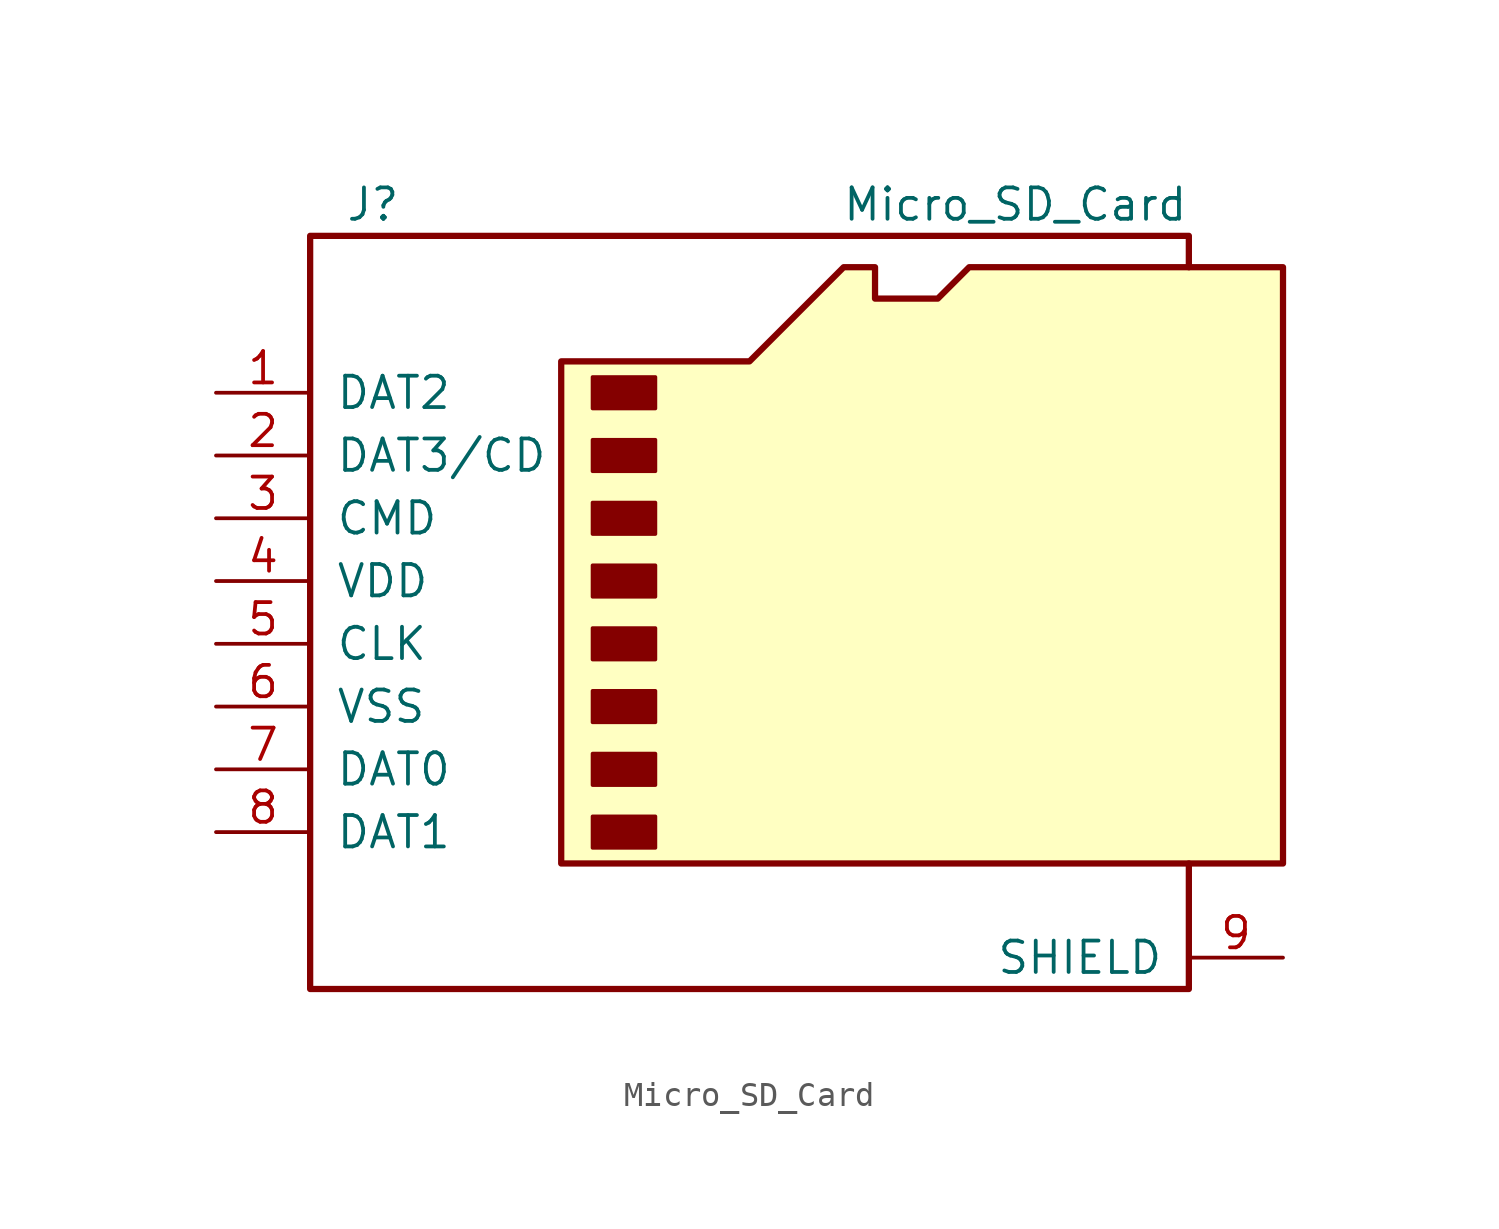
<source format=kicad_sym>
(kicad_symbol_lib
  (version 20211014)
  (generator kicad_symbol_editor)
  (symbol "Micro_SD_Card"
    (pin_names
      (offset 1.016))
    (property "Reference" "J"
      (at -16.51 15.24 0)
      (effects (font (size 1.27 1.27))))
    (property "Value" "Micro_SD_Card"
      (at 16.51 15.24 0)
      (effects (font (size 1.27 1.27)) (justify right)))
    (symbol "Micro_SD_Card_0_1"
      (rectangle (start -7.62 -9.525) (end -5.08 -10.795) (stroke (width 0) (type default) (color 0 0 0 0)) (fill (type outline)))
      (rectangle (start -7.62 -6.985) (end -5.08 -8.255) (stroke (width 0) (type default) (color 0 0 0 0)) (fill (type outline)))
      (rectangle (start -7.62 -4.445) (end -5.08 -5.715) (stroke (width 0) (type default) (color 0 0 0 0)) (fill (type outline)))
      (rectangle (start -7.62 -1.905) (end -5.08 -3.175) (stroke (width 0) (type default) (color 0 0 0 0)) (fill (type outline)))
      (rectangle (start -7.62 0.635) (end -5.08 -0.635) (stroke (width 0) (type default) (color 0 0 0 0)) (fill (type outline)))
      (rectangle (start -7.62 3.175) (end -5.08 1.905) (stroke (width 0) (type default) (color 0 0 0 0)) (fill (type outline)))
      (rectangle (start -7.62 5.715) (end -5.08 4.445) (stroke (width 0) (type default) (color 0 0 0 0)) (fill (type outline)))
      (rectangle (start -7.62 8.255) (end -5.08 6.985) (stroke (width 0) (type default) (color 0 0 0 0)) (fill (type outline)))
      (polyline (pts (xy 16.51 12.7) (xy 16.51 13.97) (xy -19.05 13.97) (xy -19.05 -16.51) (xy 16.51 -16.51) (xy 16.51 -11.43)) (stroke (width 0.254) (type default) (color 0 0 0 0)) (fill (type none)))
      (polyline (pts (xy -8.89 -11.43) (xy -8.89 8.89) (xy -1.27 8.89) (xy 2.54 12.7) (xy 3.81 12.7) (xy 3.81 11.43) (xy 6.35 11.43) (xy 7.62 12.7) (xy 20.32 12.7) (xy 20.32 -11.43) (xy -8.89 -11.43)) (stroke (width 0.254) (type default) (color 0 0 0 0)) (fill (type background))))
    (symbol "Micro_SD_Card_1_1"
      (pin bidirectional line (at -22.86 7.62 0) (length 3.81) (name "DAT2" (effects (font (size 1.27 1.27)))) (number "1" (effects (font (size 1.27 1.27)))))
      (pin no_connect line (at -21.59 -12.7 0) (length 2.54) hide (name "NC" (effects (font (size 1.27 1.27)))) (number "10" (effects (font (size 1.27 1.27)))))
      (pin no_connect line (at -21.59 -15.24 0) (length 2.54) hide (name "NC" (effects (font (size 1.27 1.27)))) (number "11" (effects (font (size 1.27 1.27)))))
      (pin bidirectional line (at -22.86 5.08 0) (length 3.81) (name "DAT3/CD" (effects (font (size 1.27 1.27)))) (number "2" (effects (font (size 1.27 1.27)))))
      (pin input line (at -22.86 2.54 0) (length 3.81) (name "CMD" (effects (font (size 1.27 1.27)))) (number "3" (effects (font (size 1.27 1.27)))))
      (pin power_in line (at -22.86 0 0) (length 3.81) (name "VDD" (effects (font (size 1.27 1.27)))) (number "4" (effects (font (size 1.27 1.27)))))
      (pin input line (at -22.86 -2.54 0) (length 3.81) (name "CLK" (effects (font (size 1.27 1.27)))) (number "5" (effects (font (size 1.27 1.27)))))
      (pin power_in line (at -22.86 -5.08 0) (length 3.81) (name "VSS" (effects (font (size 1.27 1.27)))) (number "6" (effects (font (size 1.27 1.27)))))
      (pin bidirectional line (at -22.86 -7.62 0) (length 3.81) (name "DAT0" (effects (font (size 1.27 1.27)))) (number "7" (effects (font (size 1.27 1.27)))))
      (pin bidirectional line (at -22.86 -10.16 0) (length 3.81) (name "DAT1" (effects (font (size 1.27 1.27)))) (number "8" (effects (font (size 1.27 1.27)))))
      (pin passive line (at 20.32 -15.24 180) (length 3.81) (name "SHIELD" (effects (font (size 1.27 1.27)))) (number "9" (effects (font (size 1.27 1.27))))))))
</source>
